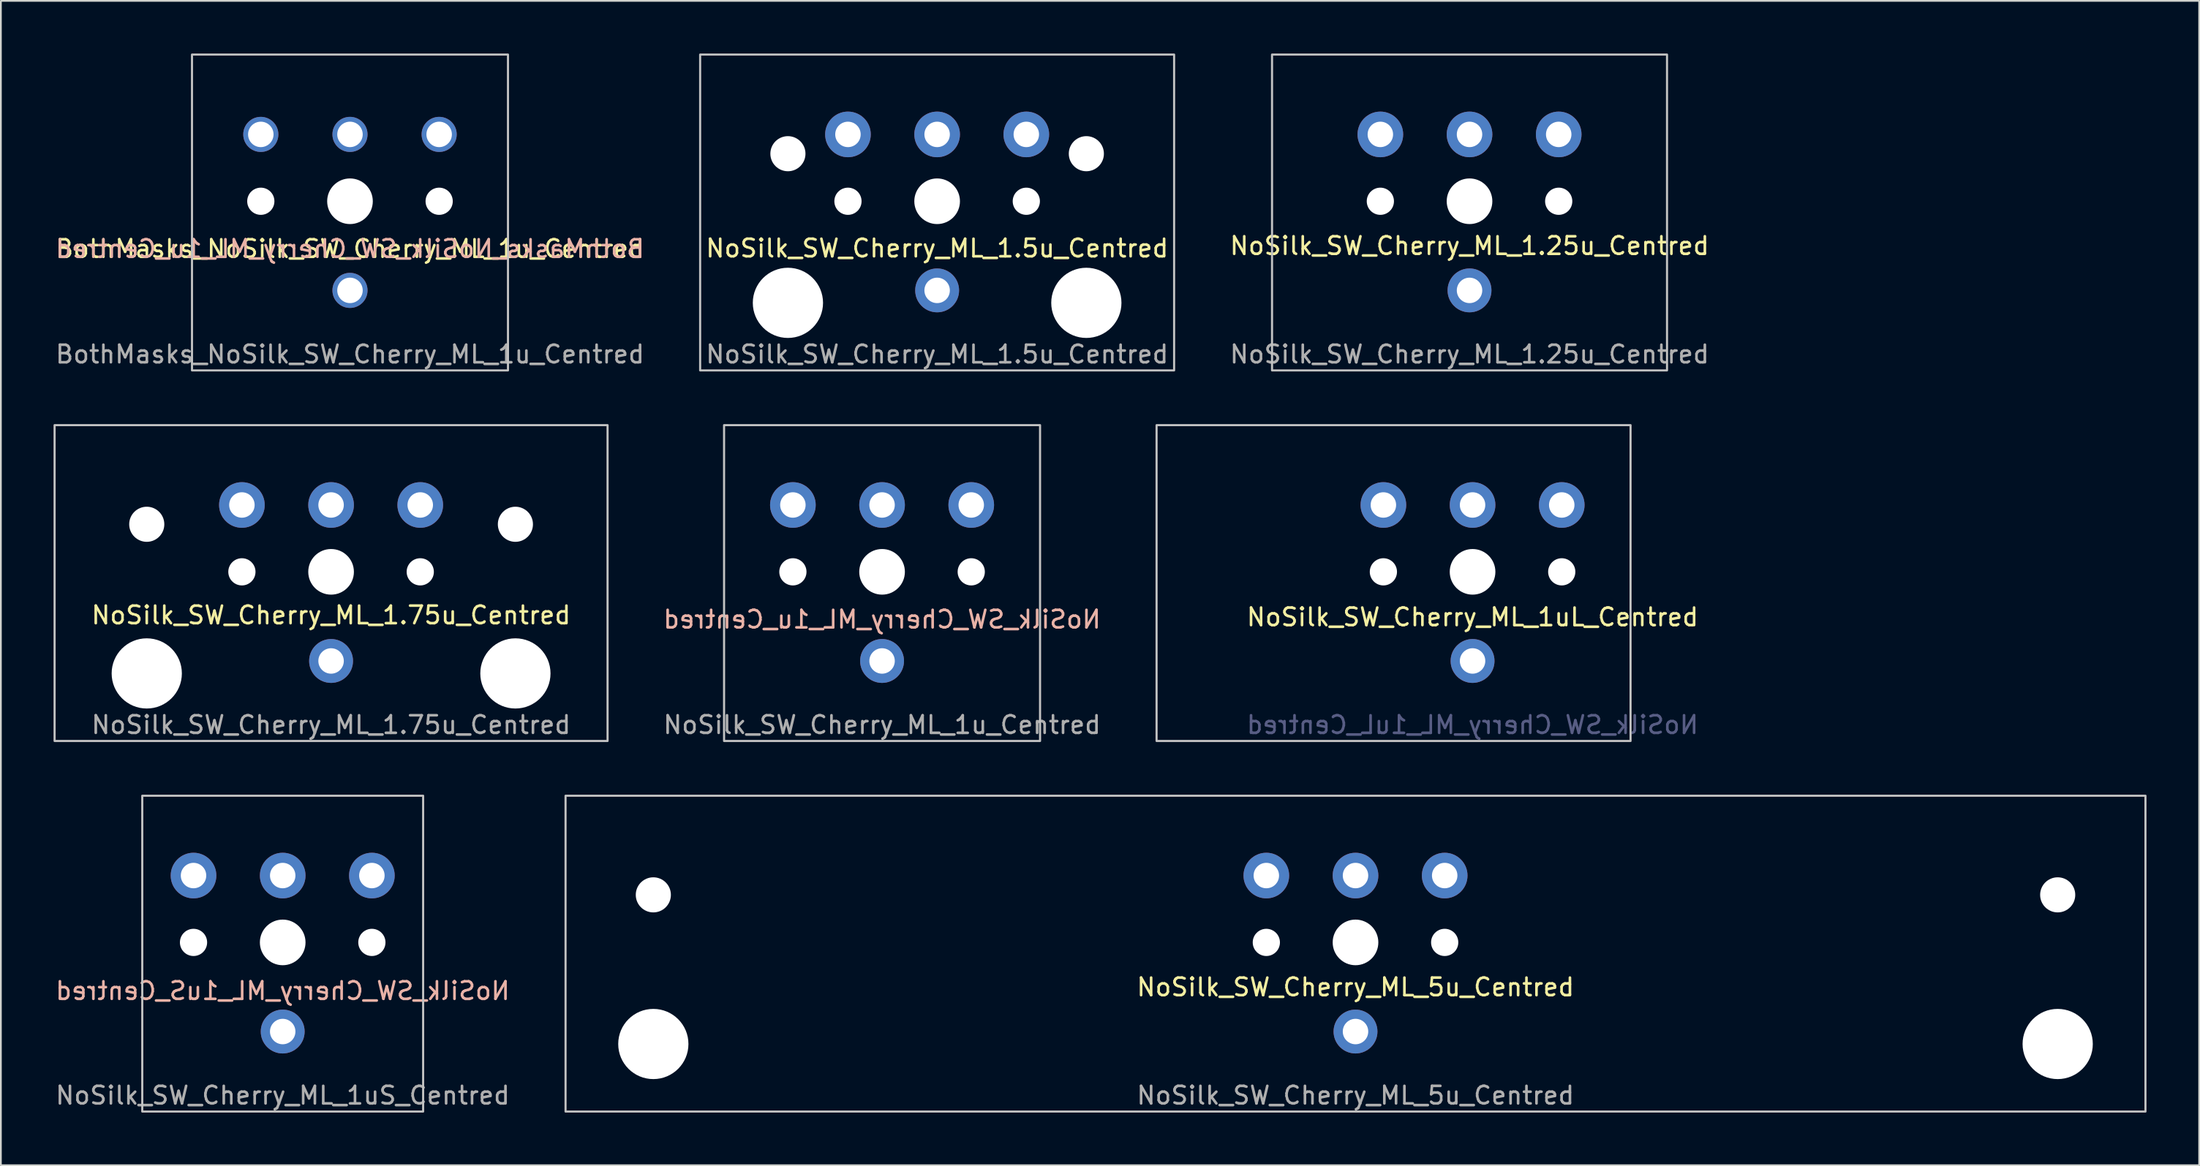
<source format=kicad_pcb>
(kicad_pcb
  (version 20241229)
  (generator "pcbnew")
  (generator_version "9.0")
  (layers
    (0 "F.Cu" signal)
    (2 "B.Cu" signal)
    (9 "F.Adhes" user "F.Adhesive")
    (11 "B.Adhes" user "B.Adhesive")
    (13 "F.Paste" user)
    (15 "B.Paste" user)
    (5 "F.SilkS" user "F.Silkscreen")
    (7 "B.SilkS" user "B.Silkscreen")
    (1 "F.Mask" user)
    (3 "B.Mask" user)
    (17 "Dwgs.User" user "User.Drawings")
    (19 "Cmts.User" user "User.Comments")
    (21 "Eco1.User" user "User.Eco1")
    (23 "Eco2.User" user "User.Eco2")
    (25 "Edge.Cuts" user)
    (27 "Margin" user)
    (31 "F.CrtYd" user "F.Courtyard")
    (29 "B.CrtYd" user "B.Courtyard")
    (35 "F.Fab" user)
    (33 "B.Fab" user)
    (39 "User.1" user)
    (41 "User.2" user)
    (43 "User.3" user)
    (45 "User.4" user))
  (footprint "NoSilk_SW_Cherry_ML_5u_Centred"
    (layer "F.Cu")
    (at 74.167 46.85)
    (property "Reference" "NoSilk_SW_Cherry_ML_5u_Centred" (at 0 6.36 0) (unlocked yes) (layer "F.SilkS") (effects (font (size 1 1) (thickness 0.15))))
    (attr through_hole)
    (fp_rect (start -45 -4.55) (end 45 13.45) (stroke (width 0.12) (type solid)) (fill no) (layer "Dwgs.User"))
    (fp_text user "${REFERENCE}" (at 0 12.53 0) (unlocked yes) (layer "F.Fab") (effects (font (size 1 1) (thickness 0.15))))
    (pad "" np_thru_hole circle (at -40 1.1) (size 2 2) (drill 2) (layers "*.Cu" "*.Mask"))
    (pad "" np_thru_hole circle (at -40 9.6) (size 4 4) (drill 4) (layers "*.Cu" "*.Mask"))
    (pad "" np_thru_hole circle (at -5.08 3.81) (size 1.55 1.55) (drill 1.55) (layers "*.Cu" "*.Mask"))
    (pad "" np_thru_hole circle (at 0 3.81) (size 2.6 2.6) (drill 2.6) (layers "*.Cu" "*.Mask"))
    (pad "" np_thru_hole circle (at 5.08 3.81) (size 1.55 1.55) (drill 1.55) (layers "*.Cu" "*.Mask"))
    (pad "" np_thru_hole circle (at 40 1.1) (size 2 2) (drill 2) (layers "*.Cu" "*.Mask"))
    (pad "" np_thru_hole circle (at 40 9.6) (size 4 4) (drill 4) (layers "*.Cu" "*.Mask"))
    (pad "1" thru_hole circle (at 0 0) (size 2.6 2.6) (drill 1.45) (layers "*.Cu" "B.Mask"))
    (pad "2" thru_hole circle (at 0 8.89) (size 2.5 2.5) (drill 1.45) (layers "*.Cu" "B.Mask"))
    (pad "3" thru_hole circle (at -5.08 0) (size 2.6 2.6) (drill 1.45) (layers "*.Cu" "B.Mask"))
    (pad "3" thru_hole circle (at 5.08 0) (size 2.6 2.6) (drill 1.45) (layers "*.Cu" "B.Mask")))
  (footprint "NoSilk_SW_Cherry_ML_1uL_Centred"
    (layer "F.Cu")
    (at 80.835 25.73)
    (property "Reference" "NoSilk_SW_Cherry_ML_1uL_Centred" (at 0 6.39 0) (unlocked yes) (layer "F.SilkS") (effects (font (size 1 1) (thickness 0.15))))
    (attr through_hole)
    (fp_rect (start 9 -4.55) (end -18 13.45) (stroke (width 0.12) (type solid)) (fill no) (layer "Dwgs.User"))
    (fp_text user "${REFERENCE}" (at 0 12.53 0) (unlocked yes) (layer "B.Fab") (effects (font (size 1 1) (thickness 0.15)) (justify mirror)))
    (pad "" np_thru_hole circle (at -5.08 3.81) (size 1.55 1.55) (drill 1.55) (layers "*.Cu" "*.Mask"))
    (pad "" np_thru_hole circle (at 0 3.81) (size 2.6 2.6) (drill 2.6) (layers "*.Cu" "*.Mask"))
    (pad "" np_thru_hole circle (at 5.08 3.81) (size 1.55 1.55) (drill 1.55) (layers "*.Cu" "*.Mask"))
    (pad "1" thru_hole circle (at 0 0) (size 2.6 2.6) (drill 1.45) (layers "*.Cu" "B.Mask"))
    (pad "2" thru_hole circle (at 0 8.89) (size 2.5 2.5) (drill 1.45) (layers "*.Cu" "B.Mask"))
    (pad "3" thru_hole circle (at -5.08 0) (size 2.6 2.6) (drill 1.45) (layers "*.Cu" "B.Mask"))
    (pad "3" thru_hole circle (at 5.08 0) (size 2.6 2.6) (drill 1.45) (layers "*.Cu" "B.Mask")))
  (footprint "NoSilk_SW_Cherry_ML_1.25u_Centred"
    (layer "F.Cu")
    (at 80.662 4.61)
    (property "Reference" "NoSilk_SW_Cherry_ML_1.25u_Centred" (at 0 6.35 0) (unlocked yes) (layer "F.SilkS") (effects (font (size 1 1) (thickness 0.15))))
    (attr through_hole)
    (fp_rect (start -11.25 -4.55) (end 11.25 13.45) (stroke (width 0.12) (type solid)) (fill no) (layer "Dwgs.User"))
    (fp_text user "${REFERENCE}" (at 0 12.53 0) (unlocked yes) (layer "F.Fab") (effects (font (size 1 1) (thickness 0.15))))
    (pad "" np_thru_hole circle (at -5.08 3.81) (size 1.55 1.55) (drill 1.55) (layers "*.Cu" "*.Mask"))
    (pad "" np_thru_hole circle (at 0 3.81) (size 2.6 2.6) (drill 2.6) (layers "*.Cu" "*.Mask"))
    (pad "" np_thru_hole circle (at 5.08 3.81) (size 1.55 1.55) (drill 1.55) (layers "*.Cu" "*.Mask"))
    (pad "1" thru_hole circle (at 0 0) (size 2.6 2.6) (drill 1.45) (layers "*.Cu" "B.Mask"))
    (pad "2" thru_hole circle (at 0 8.89) (size 2.5 2.5) (drill 1.45) (layers "*.Cu" "B.Mask"))
    (pad "3" thru_hole circle (at -5.08 0) (size 2.6 2.6) (drill 1.45) (layers "*.Cu" "B.Mask"))
    (pad "3" thru_hole circle (at 5.08 0) (size 2.6 2.6) (drill 1.45) (layers "*.Cu" "B.Mask")))
  (footprint "NoSilk_SW_Cherry_ML_1.5u_Centred"
    (layer "F.Cu")
    (at 50.334 4.61)
    (property "Reference" "NoSilk_SW_Cherry_ML_1.5u_Centred" (at 0 6.49 0) (unlocked yes) (layer "F.SilkS") (effects (font (size 1 1) (thickness 0.15))))
    (attr through_hole)
    (fp_rect (start -13.5 -4.55) (end 13.5 13.45) (stroke (width 0.12) (type solid)) (fill no) (layer "Dwgs.User"))
    (fp_text user "${REFERENCE}" (at 0 12.53 0) (unlocked yes) (layer "F.Fab") (effects (font (size 1 1) (thickness 0.15))))
    (pad "" np_thru_hole circle (at -8.5 1.1) (size 2 2) (drill 2) (layers "*.Cu" "*.Mask"))
    (pad "" np_thru_hole circle (at -8.5 9.6) (size 4 4) (drill 4) (layers "*.Cu" "*.Mask"))
    (pad "" np_thru_hole circle (at -5.08 3.81) (size 1.55 1.55) (drill 1.55) (layers "*.Cu" "*.Mask"))
    (pad "" np_thru_hole circle (at 0 3.81) (size 2.6 2.6) (drill 2.6) (layers "*.Cu" "*.Mask"))
    (pad "" np_thru_hole circle (at 5.08 3.81) (size 1.55 1.55) (drill 1.55) (layers "*.Cu" "*.Mask"))
    (pad "" np_thru_hole circle (at 8.5 1.1) (size 2 2) (drill 2) (layers "*.Cu" "*.Mask"))
    (pad "" np_thru_hole circle (at 8.5 9.6) (size 4 4) (drill 4) (layers "*.Cu" "*.Mask"))
    (pad "1" thru_hole circle (at 0 0) (size 2.6 2.6) (drill 1.45) (layers "*.Cu" "B.Mask"))
    (pad "2" thru_hole circle (at 0 8.89) (size 2.5 2.5) (drill 1.45) (layers "*.Cu" "B.Mask"))
    (pad "3" thru_hole circle (at -5.08 0) (size 2.6 2.6) (drill 1.45) (layers "*.Cu" "B.Mask"))
    (pad "3" thru_hole circle (at 5.08 0) (size 2.6 2.6) (drill 1.45) (layers "*.Cu" "B.Mask")))
  (footprint "NoSilk_SW_Cherry_ML_1uS_Centred"
    (layer "F.Cu")
    (at 13.054 46.85)
    (property "Reference" "NoSilk_SW_Cherry_ML_1uS_Centred" (at 0 6.57 0) (unlocked yes) (layer "B.SilkS") (effects (font (size 1 1) (thickness 0.15)) (justify mirror)))
    (attr through_hole)
    (fp_rect (start -8 -4.55) (end 8 13.45) (stroke (width 0.12) (type solid)) (fill no) (layer "Dwgs.User"))
    (fp_text user "${REFERENCE}" (at 0 12.53 0) (unlocked yes) (layer "F.Fab") (effects (font (size 1 1) (thickness 0.15))))
    (pad "" np_thru_hole circle (at -5.08 3.81) (size 1.55 1.55) (drill 1.55) (layers "*.Cu" "*.Mask"))
    (pad "" np_thru_hole circle (at 0 3.81) (size 2.6 2.6) (drill 2.6) (layers "*.Cu" "*.Mask"))
    (pad "" np_thru_hole circle (at 5.08 3.81) (size 1.55 1.55) (drill 1.55) (layers "*.Cu" "*.Mask"))
    (pad "1" thru_hole circle (at 0 0) (size 2.6 2.6) (drill 1.45) (layers "*.Cu" "B.Mask"))
    (pad "2" thru_hole circle (at 0 8.89) (size 2.5 2.5) (drill 1.45) (layers "*.Cu" "B.Mask"))
    (pad "3" thru_hole circle (at -5.08 0) (size 2.6 2.6) (drill 1.45) (layers "*.Cu" "B.Mask"))
    (pad "3" thru_hole circle (at 5.08 0) (size 2.6 2.6) (drill 1.45) (layers "*.Cu" "B.Mask")))
  (footprint "NoSilk_SW_Cherry_ML_1u_Centred"
    (layer "F.Cu")
    (at 47.197 25.73)
    (property "Reference" "NoSilk_SW_Cherry_ML_1u_Centred" (at 0 6.52 0) (unlocked yes) (layer "B.SilkS") (effects (font (size 1 1) (thickness 0.15)) (justify mirror)))
    (attr through_hole)
    (fp_rect (start -9 -4.55) (end 9 13.45) (stroke (width 0.12) (type solid)) (fill no) (layer "Dwgs.User"))
    (fp_text user "${REFERENCE}" (at 0 12.53 0) (unlocked yes) (layer "F.Fab") (effects (font (size 1 1) (thickness 0.15))))
    (pad "" np_thru_hole circle (at -5.08 3.81) (size 1.55 1.55) (drill 1.55) (layers "*.Cu" "*.Mask"))
    (pad "" np_thru_hole circle (at 0 3.81) (size 2.6 2.6) (drill 2.6) (layers "*.Cu" "*.Mask"))
    (pad "" np_thru_hole circle (at 5.08 3.81) (size 1.55 1.55) (drill 1.55) (layers "*.Cu" "*.Mask"))
    (pad "1" thru_hole circle (at 0 0) (size 2.6 2.6) (drill 1.45) (layers "*.Cu" "B.Mask"))
    (pad "2" thru_hole circle (at 0 8.89) (size 2.5 2.5) (drill 1.45) (layers "*.Cu" "B.Mask"))
    (pad "3" thru_hole circle (at -5.08 0) (size 2.6 2.6) (drill 1.45) (layers "*.Cu" "B.Mask"))
    (pad "3" thru_hole circle (at 5.08 0) (size 2.6 2.6) (drill 1.45) (layers "*.Cu" "B.Mask")))
  (footprint "NoSilk_SW_Cherry_ML_1.75u_Centred"
    (layer "F.Cu")
    (at 15.81 25.73)
    (property "Reference" "NoSilk_SW_Cherry_ML_1.75u_Centred" (at 0 6.28 0) (unlocked yes) (layer "F.SilkS") (effects (font (size 1 1) (thickness 0.15))))
    (attr through_hole)
    (fp_rect (start -15.75 -4.55) (end 15.75 13.45) (stroke (width 0.12) (type solid)) (fill no) (layer "Dwgs.User"))
    (fp_text user "${REFERENCE}" (at 0 12.53 0) (unlocked yes) (layer "F.Fab") (effects (font (size 1 1) (thickness 0.15))))
    (pad "" np_thru_hole circle (at -10.5 1.1) (size 2 2) (drill 2) (layers "*.Cu" "*.Mask"))
    (pad "" np_thru_hole circle (at -10.5 9.6) (size 4 4) (drill 4) (layers "*.Cu" "*.Mask"))
    (pad "" np_thru_hole circle (at -5.08 3.81) (size 1.55 1.55) (drill 1.55) (layers "*.Cu" "*.Mask"))
    (pad "" np_thru_hole circle (at 0 3.81) (size 2.6 2.6) (drill 2.6) (layers "*.Cu" "*.Mask"))
    (pad "" np_thru_hole circle (at 5.08 3.81) (size 1.55 1.55) (drill 1.55) (layers "*.Cu" "*.Mask"))
    (pad "" np_thru_hole circle (at 10.5 1.1) (size 2 2) (drill 2) (layers "*.Cu" "*.Mask"))
    (pad "" np_thru_hole circle (at 10.5 9.6) (size 4 4) (drill 4) (layers "*.Cu" "*.Mask"))
    (pad "1" thru_hole circle (at 0 0) (size 2.6 2.6) (drill 1.45) (layers "*.Cu" "B.Mask"))
    (pad "2" thru_hole circle (at 0 8.89) (size 2.5 2.5) (drill 1.45) (layers "*.Cu" "B.Mask"))
    (pad "3" thru_hole circle (at -5.08 0) (size 2.6 2.6) (drill 1.45) (layers "*.Cu" "B.Mask"))
    (pad "3" thru_hole circle (at 5.08 0) (size 2.6 2.6) (drill 1.45) (layers "*.Cu" "B.Mask")))
  (footprint "BothMasks_NoSilk_SW_Cherry_ML_1u_Centred"
    (layer "F.Cu")
    (at 16.887 4.61)
    (property "Reference" "BothMasks_NoSilk_SW_Cherry_ML_1u_Centred" (at 0 6.52 0) (unlocked yes) (layer "B.SilkS") (effects (font (size 1 1) (thickness 0.15)) (justify mirror)))
    (attr through_hole)
    (fp_rect (start -9 -4.55) (end 9 13.45) (stroke (width 0.12) (type solid)) (fill no) (layer "Dwgs.User"))
    (fp_text user "${REFERENCE}" (at 0 6.52 0) (unlocked yes) (layer "F.SilkS") (effects (font (size 1 1) (thickness 0.15))))
    (fp_text user "${REFERENCE}" (at 0 12.53 0) (unlocked yes) (layer "F.Fab") (effects (font (size 1 1) (thickness 0.15))))
    (pad "" np_thru_hole circle (at -5.08 3.81) (size 1.55 1.55) (drill 1.55) (layers "*.Cu" "*.Mask"))
    (pad "" np_thru_hole circle (at 0 3.81) (size 2.6 2.6) (drill 2.6) (layers "*.Cu" "*.Mask"))
    (pad "" np_thru_hole circle (at 5.08 3.81) (size 1.55 1.55) (drill 1.55) (layers "*.Cu" "*.Mask"))
    (pad "1" thru_hole circle (at 0 0) (size 2 2) (drill 1.45) (layers "*.Cu" "*.Mask"))
    (pad "2" thru_hole circle (at 0 8.89) (size 2 2) (drill 1.45) (layers "*.Cu" "*.Mask"))
    (pad "3" thru_hole circle (at -5.08 0) (size 2 2) (drill 1.45) (layers "*.Cu" "*.Mask"))
    (pad "3" thru_hole circle (at 5.08 0) (size 2 2) (drill 1.45) (layers "*.Cu" "*.Mask")))
  (gr_rect
    (start -3 -3)
    (end 122.227 63.36)
    (stroke (width 0.1) (type default))
    (fill no)
    (layer "Edge.Cuts")))
</source>
